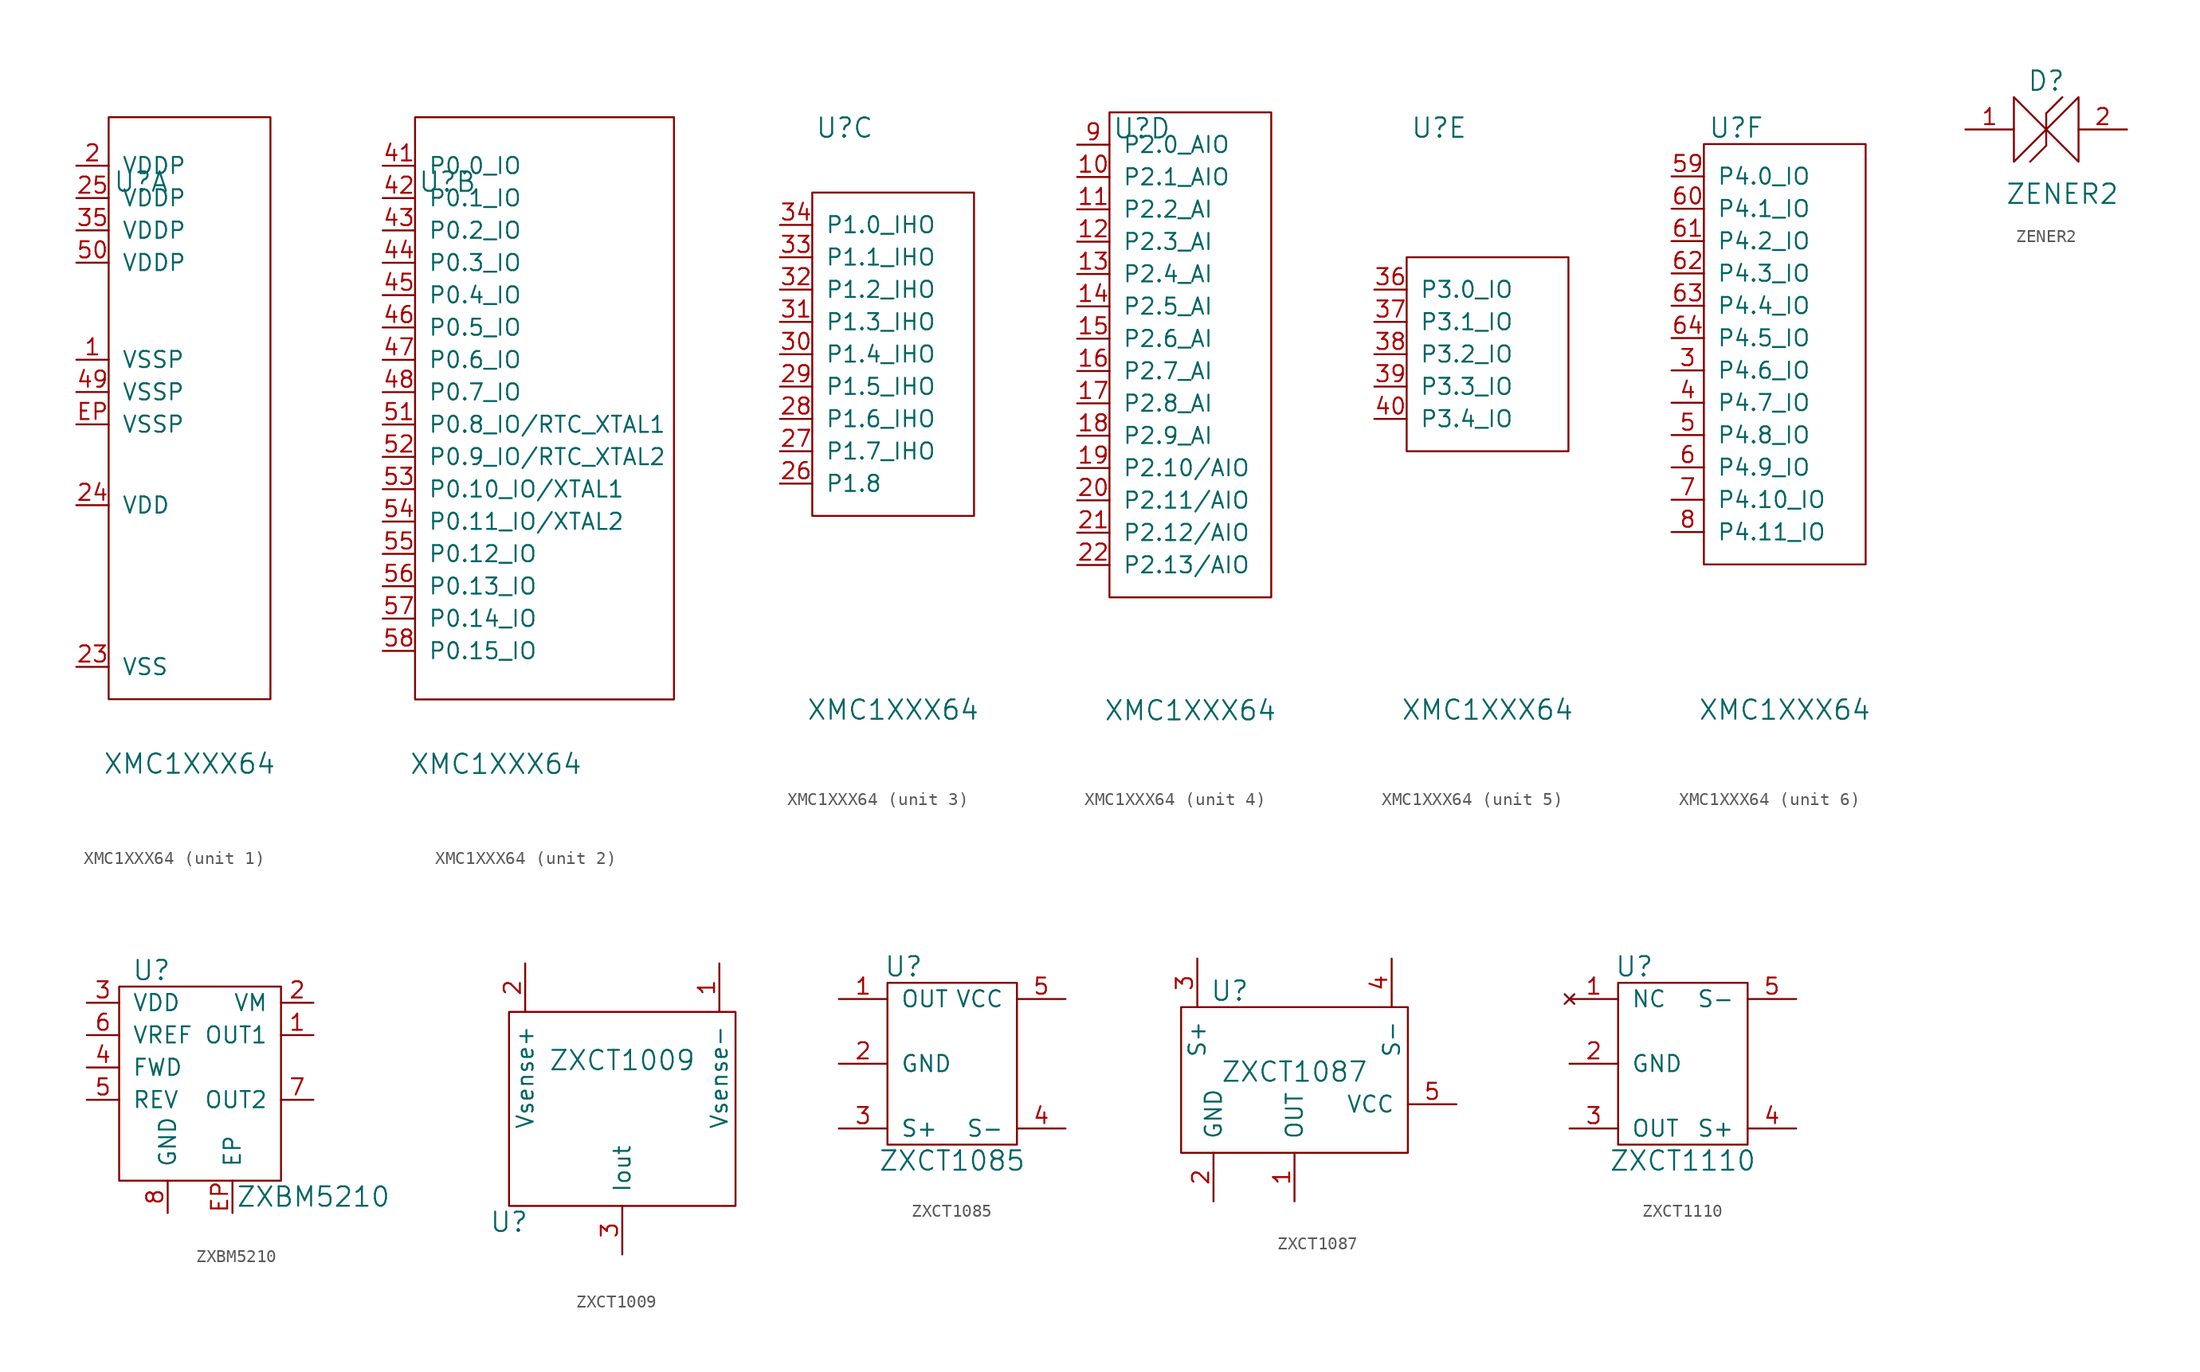
<source format=kicad_sym>
(kicad_symbol_lib
  (version 20211014)
  (generator kicad_symbol_editor)
  (symbol "XMC1XXX64"
    (pin_names
      (offset 1.016))
    (property "Reference" "U"
      (at -3.81 17.78 0)
      (effects (font (size 1.524 1.524))))
    (property "Value" "XMC1XXX64"
      (at 0 -27.94 0)
      (effects (font (size 1.524 1.524))))
    (property "Footprint" ""
      (at 3.81 3.81 0)
      (effects (font (size 1.524 1.524))))
    (property "Datasheet" ""
      (at 3.81 3.81 0)
      (effects (font (size 1.524 1.524))))
    (symbol "XMC1XXX64_1_1"
      (rectangle (start -6.35 22.86) (end 6.35 -22.86) (stroke (width 0) (type default) (color 0 0 0 0)) (fill (type none)))
      (pin passive line (at -8.89 3.81 0) (length 2.54) (name "VSSP" (effects (font (size 1.27 1.27)))) (number "1" (effects (font (size 1.27 1.27)))))
      (pin passive line (at -8.89 19.05 0) (length 2.54) (name "VDDP" (effects (font (size 1.27 1.27)))) (number "2" (effects (font (size 1.27 1.27)))))
      (pin passive line (at -8.89 -20.32 0) (length 2.54) (name "VSS" (effects (font (size 1.27 1.27)))) (number "23" (effects (font (size 1.27 1.27)))))
      (pin passive line (at -8.89 -7.62 0) (length 2.54) (name "VDD" (effects (font (size 1.27 1.27)))) (number "24" (effects (font (size 1.27 1.27)))))
      (pin passive line (at -8.89 16.51 0) (length 2.54) (name "VDDP" (effects (font (size 1.27 1.27)))) (number "25" (effects (font (size 1.27 1.27)))))
      (pin passive line (at -8.89 13.97 0) (length 2.54) (name "VDDP" (effects (font (size 1.27 1.27)))) (number "35" (effects (font (size 1.27 1.27)))))
      (pin passive line (at -8.89 1.27 0) (length 2.54) (name "VSSP" (effects (font (size 1.27 1.27)))) (number "49" (effects (font (size 1.27 1.27)))))
      (pin passive line (at -8.89 11.43 0) (length 2.54) (name "VDDP" (effects (font (size 1.27 1.27)))) (number "50" (effects (font (size 1.27 1.27)))))
      (pin passive line (at -8.89 -1.27 0) (length 2.54) (name "VSSP" (effects (font (size 1.27 1.27)))) (number "EP" (effects (font (size 1.27 1.27))))))
    (symbol "XMC1XXX64_2_1"
      (rectangle (start -6.35 22.86) (end 13.97 -22.86) (stroke (width 0) (type default) (color 0 0 0 0)) (fill (type none)))
      (pin passive line (at -8.89 19.05 0) (length 2.54) (name "P0.0_IO" (effects (font (size 1.27 1.27)))) (number "41" (effects (font (size 1.27 1.27)))))
      (pin passive line (at -8.89 16.51 0) (length 2.54) (name "P0.1_IO" (effects (font (size 1.27 1.27)))) (number "42" (effects (font (size 1.27 1.27)))))
      (pin passive line (at -8.89 13.97 0) (length 2.54) (name "P0.2_IO" (effects (font (size 1.27 1.27)))) (number "43" (effects (font (size 1.27 1.27)))))
      (pin passive line (at -8.89 11.43 0) (length 2.54) (name "P0.3_IO" (effects (font (size 1.27 1.27)))) (number "44" (effects (font (size 1.27 1.27)))))
      (pin passive line (at -8.89 8.89 0) (length 2.54) (name "P0.4_IO" (effects (font (size 1.27 1.27)))) (number "45" (effects (font (size 1.27 1.27)))))
      (pin passive line (at -8.89 6.35 0) (length 2.54) (name "P0.5_IO" (effects (font (size 1.27 1.27)))) (number "46" (effects (font (size 1.27 1.27)))))
      (pin passive line (at -8.89 3.81 0) (length 2.54) (name "P0.6_IO" (effects (font (size 1.27 1.27)))) (number "47" (effects (font (size 1.27 1.27)))))
      (pin passive line (at -8.89 1.27 0) (length 2.54) (name "P0.7_IO" (effects (font (size 1.27 1.27)))) (number "48" (effects (font (size 1.27 1.27)))))
      (pin passive line (at -8.89 -1.27 0) (length 2.54) (name "P0.8_IO/RTC_XTAL1" (effects (font (size 1.27 1.27)))) (number "51" (effects (font (size 1.27 1.27)))))
      (pin passive line (at -8.89 -3.81 0) (length 2.54) (name "P0.9_IO/RTC_XTAL2" (effects (font (size 1.27 1.27)))) (number "52" (effects (font (size 1.27 1.27)))))
      (pin passive line (at -8.89 -6.35 0) (length 2.54) (name "P0.10_IO/XTAL1" (effects (font (size 1.27 1.27)))) (number "53" (effects (font (size 1.27 1.27)))))
      (pin passive line (at -8.89 -8.89 0) (length 2.54) (name "P0.11_IO/XTAL2" (effects (font (size 1.27 1.27)))) (number "54" (effects (font (size 1.27 1.27)))))
      (pin passive line (at -8.89 -11.43 0) (length 2.54) (name "P0.12_IO" (effects (font (size 1.27 1.27)))) (number "55" (effects (font (size 1.27 1.27)))))
      (pin passive line (at -8.89 -13.97 0) (length 2.54) (name "P0.13_IO" (effects (font (size 1.27 1.27)))) (number "56" (effects (font (size 1.27 1.27)))))
      (pin passive line (at -8.89 -16.51 0) (length 2.54) (name "P0.14_IO" (effects (font (size 1.27 1.27)))) (number "57" (effects (font (size 1.27 1.27)))))
      (pin passive line (at -8.89 -19.05 0) (length 2.54) (name "P0.15_IO" (effects (font (size 1.27 1.27)))) (number "58" (effects (font (size 1.27 1.27))))))
    (symbol "XMC1XXX64_3_1"
      (rectangle (start -6.35 12.7) (end 6.35 -12.7) (stroke (width 0) (type default) (color 0 0 0 0)) (fill (type none)))
      (pin passive line (at -8.89 -10.16 0) (length 2.54) (name "P1.8" (effects (font (size 1.27 1.27)))) (number "26" (effects (font (size 1.27 1.27)))))
      (pin passive line (at -8.89 -7.62 0) (length 2.54) (name "P1.7_IHO" (effects (font (size 1.27 1.27)))) (number "27" (effects (font (size 1.27 1.27)))))
      (pin passive line (at -8.89 -5.08 0) (length 2.54) (name "P1.6_IHO" (effects (font (size 1.27 1.27)))) (number "28" (effects (font (size 1.27 1.27)))))
      (pin passive line (at -8.89 -2.54 0) (length 2.54) (name "P1.5_IHO" (effects (font (size 1.27 1.27)))) (number "29" (effects (font (size 1.27 1.27)))))
      (pin passive line (at -8.89 0 0) (length 2.54) (name "P1.4_IHO" (effects (font (size 1.27 1.27)))) (number "30" (effects (font (size 1.27 1.27)))))
      (pin passive line (at -8.89 2.54 0) (length 2.54) (name "P1.3_IHO" (effects (font (size 1.27 1.27)))) (number "31" (effects (font (size 1.27 1.27)))))
      (pin passive line (at -8.89 5.08 0) (length 2.54) (name "P1.2_IHO" (effects (font (size 1.27 1.27)))) (number "32" (effects (font (size 1.27 1.27)))))
      (pin passive line (at -8.89 7.62 0) (length 2.54) (name "P1.1_IHO" (effects (font (size 1.27 1.27)))) (number "33" (effects (font (size 1.27 1.27)))))
      (pin passive line (at -8.89 10.16 0) (length 2.54) (name "P1.0_IHO" (effects (font (size 1.27 1.27)))) (number "34" (effects (font (size 1.27 1.27))))))
    (symbol "XMC1XXX64_4_1"
      (rectangle (start -6.35 19.05) (end 6.35 -19.05) (stroke (width 0) (type default) (color 0 0 0 0)) (fill (type none)))
      (pin passive line (at -8.89 13.97 0) (length 2.54) (name "P2.1_AIO" (effects (font (size 1.27 1.27)))) (number "10" (effects (font (size 1.27 1.27)))))
      (pin passive line (at -8.89 11.43 0) (length 2.54) (name "P2.2_AI" (effects (font (size 1.27 1.27)))) (number "11" (effects (font (size 1.27 1.27)))))
      (pin passive line (at -8.89 8.89 0) (length 2.54) (name "P2.3_AI" (effects (font (size 1.27 1.27)))) (number "12" (effects (font (size 1.27 1.27)))))
      (pin passive line (at -8.89 6.35 0) (length 2.54) (name "P2.4_AI" (effects (font (size 1.27 1.27)))) (number "13" (effects (font (size 1.27 1.27)))))
      (pin passive line (at -8.89 3.81 0) (length 2.54) (name "P2.5_AI" (effects (font (size 1.27 1.27)))) (number "14" (effects (font (size 1.27 1.27)))))
      (pin passive line (at -8.89 1.27 0) (length 2.54) (name "P2.6_AI" (effects (font (size 1.27 1.27)))) (number "15" (effects (font (size 1.27 1.27)))))
      (pin passive line (at -8.89 -1.27 0) (length 2.54) (name "P2.7_AI" (effects (font (size 1.27 1.27)))) (number "16" (effects (font (size 1.27 1.27)))))
      (pin passive line (at -8.89 -3.81 0) (length 2.54) (name "P2.8_AI" (effects (font (size 1.27 1.27)))) (number "17" (effects (font (size 1.27 1.27)))))
      (pin passive line (at -8.89 -6.35 0) (length 2.54) (name "P2.9_AI" (effects (font (size 1.27 1.27)))) (number "18" (effects (font (size 1.27 1.27)))))
      (pin passive line (at -8.89 -8.89 0) (length 2.54) (name "P2.10/AIO" (effects (font (size 1.27 1.27)))) (number "19" (effects (font (size 1.27 1.27)))))
      (pin passive line (at -8.89 -11.43 0) (length 2.54) (name "P2.11/AIO" (effects (font (size 1.27 1.27)))) (number "20" (effects (font (size 1.27 1.27)))))
      (pin passive line (at -8.89 -13.97 0) (length 2.54) (name "P2.12/AIO" (effects (font (size 1.27 1.27)))) (number "21" (effects (font (size 1.27 1.27)))))
      (pin passive line (at -8.89 -16.51 0) (length 2.54) (name "P2.13/AIO" (effects (font (size 1.27 1.27)))) (number "22" (effects (font (size 1.27 1.27)))))
      (pin passive line (at -8.89 16.51 0) (length 2.54) (name "P2.0_AIO" (effects (font (size 1.27 1.27)))) (number "9" (effects (font (size 1.27 1.27))))))
    (symbol "XMC1XXX64_5_1"
      (rectangle (start -6.35 7.62) (end 6.35 -7.62) (stroke (width 0) (type default) (color 0 0 0 0)) (fill (type none)))
      (pin passive line (at -8.89 5.08 0) (length 2.54) (name "P3.0_IO" (effects (font (size 1.27 1.27)))) (number "36" (effects (font (size 1.27 1.27)))))
      (pin passive line (at -8.89 2.54 0) (length 2.54) (name "P3.1_IO" (effects (font (size 1.27 1.27)))) (number "37" (effects (font (size 1.27 1.27)))))
      (pin passive line (at -8.89 0 0) (length 2.54) (name "P3.2_IO" (effects (font (size 1.27 1.27)))) (number "38" (effects (font (size 1.27 1.27)))))
      (pin passive line (at -8.89 -2.54 0) (length 2.54) (name "P3.3_IO" (effects (font (size 1.27 1.27)))) (number "39" (effects (font (size 1.27 1.27)))))
      (pin passive line (at -8.89 -5.08 0) (length 2.54) (name "P3.4_IO" (effects (font (size 1.27 1.27)))) (number "40" (effects (font (size 1.27 1.27))))))
    (symbol "XMC1XXX64_6_1"
      (rectangle (start -6.35 16.51) (end 6.35 -16.51) (stroke (width 0) (type default) (color 0 0 0 0)) (fill (type none)))
      (pin passive line (at -8.89 -1.27 0) (length 2.54) (name "P4.6_IO" (effects (font (size 1.27 1.27)))) (number "3" (effects (font (size 1.27 1.27)))))
      (pin passive line (at -8.89 -3.81 0) (length 2.54) (name "P4.7_IO" (effects (font (size 1.27 1.27)))) (number "4" (effects (font (size 1.27 1.27)))))
      (pin passive line (at -8.89 -6.35 0) (length 2.54) (name "P4.8_IO" (effects (font (size 1.27 1.27)))) (number "5" (effects (font (size 1.27 1.27)))))
      (pin passive line (at -8.89 13.97 0) (length 2.54) (name "P4.0_IO" (effects (font (size 1.27 1.27)))) (number "59" (effects (font (size 1.27 1.27)))))
      (pin passive line (at -8.89 -8.89 0) (length 2.54) (name "P4.9_IO" (effects (font (size 1.27 1.27)))) (number "6" (effects (font (size 1.27 1.27)))))
      (pin passive line (at -8.89 11.43 0) (length 2.54) (name "P4.1_IO" (effects (font (size 1.27 1.27)))) (number "60" (effects (font (size 1.27 1.27)))))
      (pin passive line (at -8.89 8.89 0) (length 2.54) (name "P4.2_IO" (effects (font (size 1.27 1.27)))) (number "61" (effects (font (size 1.27 1.27)))))
      (pin passive line (at -8.89 6.35 0) (length 2.54) (name "P4.3_IO" (effects (font (size 1.27 1.27)))) (number "62" (effects (font (size 1.27 1.27)))))
      (pin passive line (at -8.89 3.81 0) (length 2.54) (name "P4.4_IO" (effects (font (size 1.27 1.27)))) (number "63" (effects (font (size 1.27 1.27)))))
      (pin passive line (at -8.89 1.27 0) (length 2.54) (name "P4.5_IO" (effects (font (size 1.27 1.27)))) (number "64" (effects (font (size 1.27 1.27)))))
      (pin passive line (at -8.89 -11.43 0) (length 2.54) (name "P4.10_IO" (effects (font (size 1.27 1.27)))) (number "7" (effects (font (size 1.27 1.27)))))
      (pin passive line (at -8.89 -13.97 0) (length 2.54) (name "P4.11_IO" (effects (font (size 1.27 1.27)))) (number "8" (effects (font (size 1.27 1.27)))))))
  (symbol "ZENER2"
    (pin_names
      (offset 1.016))
    (property "Reference" "D"
      (at 0 3.81 0)
      (effects (font (size 1.524 1.524))))
    (property "Value" "ZENER2"
      (at 1.27 -5.08 0)
      (effects (font (size 1.524 1.524))))
    (property "Footprint" ""
      (at 0 0 0)
      (effects (font (size 1.524 1.524))))
    (property "Datasheet" ""
      (at 0 0 0)
      (effects (font (size 1.524 1.524))))
    (symbol "ZENER2_0_1"
      (polyline (pts (xy 0 -1.27) (xy -1.27 -2.54)) (stroke (width 0) (type default) (color 0 0 0 0)) (fill (type none)))
      (polyline (pts (xy 0 1.27) (xy 0 -1.27)) (stroke (width 0) (type default) (color 0 0 0 0)) (fill (type none)))
      (polyline (pts (xy 0 1.27) (xy 1.27 2.54)) (stroke (width 0) (type default) (color 0 0 0 0)) (fill (type none)))
      (polyline (pts (xy -2.54 2.54) (xy -2.54 -2.54) (xy 0 0) (xy -2.54 2.54)) (stroke (width 0) (type default) (color 0 0 0 0)) (fill (type none)))
      (polyline (pts (xy 0 0) (xy 2.54 2.54) (xy 2.54 -2.54) (xy 0 0)) (stroke (width 0) (type default) (color 0 0 0 0)) (fill (type none))))
    (symbol "ZENER2_1_1"
      (pin input line (at -6.35 0 0) (length 3.81) (name "~" (effects (font (size 0.762 0.762)))) (number "1" (effects (font (size 1.27 1.27)))))
      (pin output line (at 6.35 0 180) (length 3.81) (name "~" (effects (font (size 0.762 0.762)))) (number "2" (effects (font (size 1.27 1.27)))))))
  (symbol "ZXBM5210"
    (pin_names
      (offset 1.016))
    (property "Reference" "U"
      (at -3.81 7.62 0)
      (effects (font (size 1.524 1.524))))
    (property "Value" "ZXBM5210"
      (at 8.89 -10.16 0)
      (effects (font (size 1.524 1.524))))
    (property "Footprint" ""
      (at 0 0 0)
      (effects (font (size 1.524 1.524))))
    (property "Datasheet" ""
      (at 0 0 0)
      (effects (font (size 1.524 1.524))))
    (symbol "ZXBM5210_0_1"
      (rectangle (start -6.35 6.35) (end 6.35 -8.89) (stroke (width 0) (type default) (color 0 0 0 0)) (fill (type none))))
    (symbol "ZXBM5210_1_1"
      (pin input line (at 8.89 2.54 180) (length 2.54) (name "OUT1" (effects (font (size 1.27 1.27)))) (number "1" (effects (font (size 1.27 1.27)))))
      (pin input line (at 8.89 5.08 180) (length 2.54) (name "VM" (effects (font (size 1.27 1.27)))) (number "2" (effects (font (size 1.27 1.27)))))
      (pin input line (at -8.89 5.08 0) (length 2.54) (name "VDD" (effects (font (size 1.27 1.27)))) (number "3" (effects (font (size 1.27 1.27)))))
      (pin input line (at -8.89 0 0) (length 2.54) (name "FWD" (effects (font (size 1.27 1.27)))) (number "4" (effects (font (size 1.27 1.27)))))
      (pin input line (at -8.89 -2.54 0) (length 2.54) (name "REV" (effects (font (size 1.27 1.27)))) (number "5" (effects (font (size 1.27 1.27)))))
      (pin input line (at -8.89 2.54 0) (length 2.54) (name "VREF" (effects (font (size 1.27 1.27)))) (number "6" (effects (font (size 1.27 1.27)))))
      (pin input line (at 8.89 -2.54 180) (length 2.54) (name "OUT2" (effects (font (size 1.27 1.27)))) (number "7" (effects (font (size 1.27 1.27)))))
      (pin input line (at -2.54 -11.43 90) (length 2.54) (name "GND" (effects (font (size 1.27 1.27)))) (number "8" (effects (font (size 1.27 1.27)))))
      (pin input line (at 2.54 -11.43 90) (length 2.54) (name "EP" (effects (font (size 1.27 1.27)))) (number "EP" (effects (font (size 1.27 1.27)))))))
  (symbol "ZXCT1009"
    (pin_names
      (offset 1.016))
    (property "Reference" "U"
      (at -8.89 -6.35 0)
      (effects (font (size 1.524 1.524))))
    (property "Value" "ZXCT1009"
      (at 0 6.35 0)
      (effects (font (size 1.524 1.524))))
    (property "Footprint" ""
      (at 0 0 0)
      (effects (font (size 1.524 1.524))))
    (property "Datasheet" ""
      (at 0 0 0)
      (effects (font (size 1.524 1.524))))
    (symbol "ZXCT1009_0_1"
      (rectangle (start -8.89 10.16) (end 8.89 -5.08) (stroke (width 0) (type default) (color 0 0 0 0)) (fill (type none))))
    (symbol "ZXCT1009_1_1"
      (pin passive line (at 7.62 13.97 270) (length 3.81) (name "Vsense-" (effects (font (size 1.27 1.27)))) (number "1" (effects (font (size 1.27 1.27)))))
      (pin passive line (at -7.62 13.97 270) (length 3.81) (name "Vsense+" (effects (font (size 1.27 1.27)))) (number "2" (effects (font (size 1.27 1.27)))))
      (pin passive line (at 0 -8.89 90) (length 3.81) (name "Iout" (effects (font (size 1.27 1.27)))) (number "3" (effects (font (size 1.27 1.27)))))))
  (symbol "ZXCT1085"
    (pin_names
      (offset 1.016))
    (property "Reference" "U"
      (at -3.81 7.62 0)
      (effects (font (size 1.524 1.524))))
    (property "Value" "ZXCT1085"
      (at 0 -7.62 0)
      (effects (font (size 1.524 1.524))))
    (property "Footprint" ""
      (at 0 0 0)
      (effects (font (size 1.524 1.524))))
    (property "Datasheet" ""
      (at 0 0 0)
      (effects (font (size 1.524 1.524))))
    (symbol "ZXCT1085_0_1"
      (rectangle (start -5.08 6.35) (end 5.08 -6.35) (stroke (width 0) (type default) (color 0 0 0 0)) (fill (type none))))
    (symbol "ZXCT1085_1_1"
      (pin passive line (at -8.89 5.08 0) (length 3.81) (name "OUT" (effects (font (size 1.27 1.27)))) (number "1" (effects (font (size 1.27 1.27)))))
      (pin passive line (at -8.89 0 0) (length 3.81) (name "GND" (effects (font (size 1.27 1.27)))) (number "2" (effects (font (size 1.27 1.27)))))
      (pin passive line (at -8.89 -5.08 0) (length 3.81) (name "S+" (effects (font (size 1.27 1.27)))) (number "3" (effects (font (size 1.27 1.27)))))
      (pin passive line (at 8.89 -5.08 180) (length 3.81) (name "S-" (effects (font (size 1.27 1.27)))) (number "4" (effects (font (size 1.27 1.27)))))
      (pin passive line (at 8.89 5.08 180) (length 3.81) (name "VCC" (effects (font (size 1.27 1.27)))) (number "5" (effects (font (size 1.27 1.27)))))))
  (symbol "ZXCT1087"
    (pin_names
      (offset 1.016))
    (property "Reference" "U"
      (at -5.08 10.16 0)
      (effects (font (size 1.524 1.524))))
    (property "Value" "ZXCT1087"
      (at 0 3.81 0)
      (effects (font (size 1.524 1.524))))
    (property "Footprint" ""
      (at 0 0 0)
      (effects (font (size 1.524 1.524))))
    (property "Datasheet" ""
      (at 0 0 0)
      (effects (font (size 1.524 1.524))))
    (symbol "ZXCT1087_0_1"
      (rectangle (start -8.89 8.89) (end 8.89 -2.54) (stroke (width 0) (type default) (color 0 0 0 0)) (fill (type none))))
    (symbol "ZXCT1087_1_1"
      (pin passive line (at 0 -6.35 90) (length 3.81) (name "OUT" (effects (font (size 1.27 1.27)))) (number "1" (effects (font (size 1.27 1.27)))))
      (pin passive line (at -6.35 -6.35 90) (length 3.81) (name "GND" (effects (font (size 1.27 1.27)))) (number "2" (effects (font (size 1.27 1.27)))))
      (pin passive line (at -7.62 12.7 270) (length 3.81) (name "S+" (effects (font (size 1.27 1.27)))) (number "3" (effects (font (size 1.27 1.27)))))
      (pin passive line (at 7.62 12.7 270) (length 3.81) (name "S-" (effects (font (size 1.27 1.27)))) (number "4" (effects (font (size 1.27 1.27)))))
      (pin passive line (at 12.7 1.27 180) (length 3.81) (name "VCC" (effects (font (size 1.27 1.27)))) (number "5" (effects (font (size 1.27 1.27)))))))
  (symbol "ZXCT1110"
    (pin_names
      (offset 1.016))
    (property "Reference" "U"
      (at -3.81 7.62 0)
      (effects (font (size 1.524 1.524))))
    (property "Value" "ZXCT1110"
      (at 0 -7.62 0)
      (effects (font (size 1.524 1.524))))
    (property "Footprint" ""
      (at 0 0 0)
      (effects (font (size 1.524 1.524))))
    (property "Datasheet" ""
      (at 0 0 0)
      (effects (font (size 1.524 1.524))))
    (symbol "ZXCT1110_0_1"
      (rectangle (start -5.08 6.35) (end 5.08 -6.35) (stroke (width 0) (type default) (color 0 0 0 0)) (fill (type none))))
    (symbol "ZXCT1110_1_1"
      (pin no_connect line (at -8.89 5.08 0) (length 3.81) (name "NC" (effects (font (size 1.27 1.27)))) (number "1" (effects (font (size 1.27 1.27)))))
      (pin passive line (at -8.89 0 0) (length 3.81) (name "GND" (effects (font (size 1.27 1.27)))) (number "2" (effects (font (size 1.27 1.27)))))
      (pin passive line (at -8.89 -5.08 0) (length 3.81) (name "OUT" (effects (font (size 1.27 1.27)))) (number "3" (effects (font (size 1.27 1.27)))))
      (pin passive line (at 8.89 -5.08 180) (length 3.81) (name "S+" (effects (font (size 1.27 1.27)))) (number "4" (effects (font (size 1.27 1.27)))))
      (pin passive line (at 8.89 5.08 180) (length 3.81) (name "S-" (effects (font (size 1.27 1.27)))) (number "5" (effects (font (size 1.27 1.27))))))))
</source>
